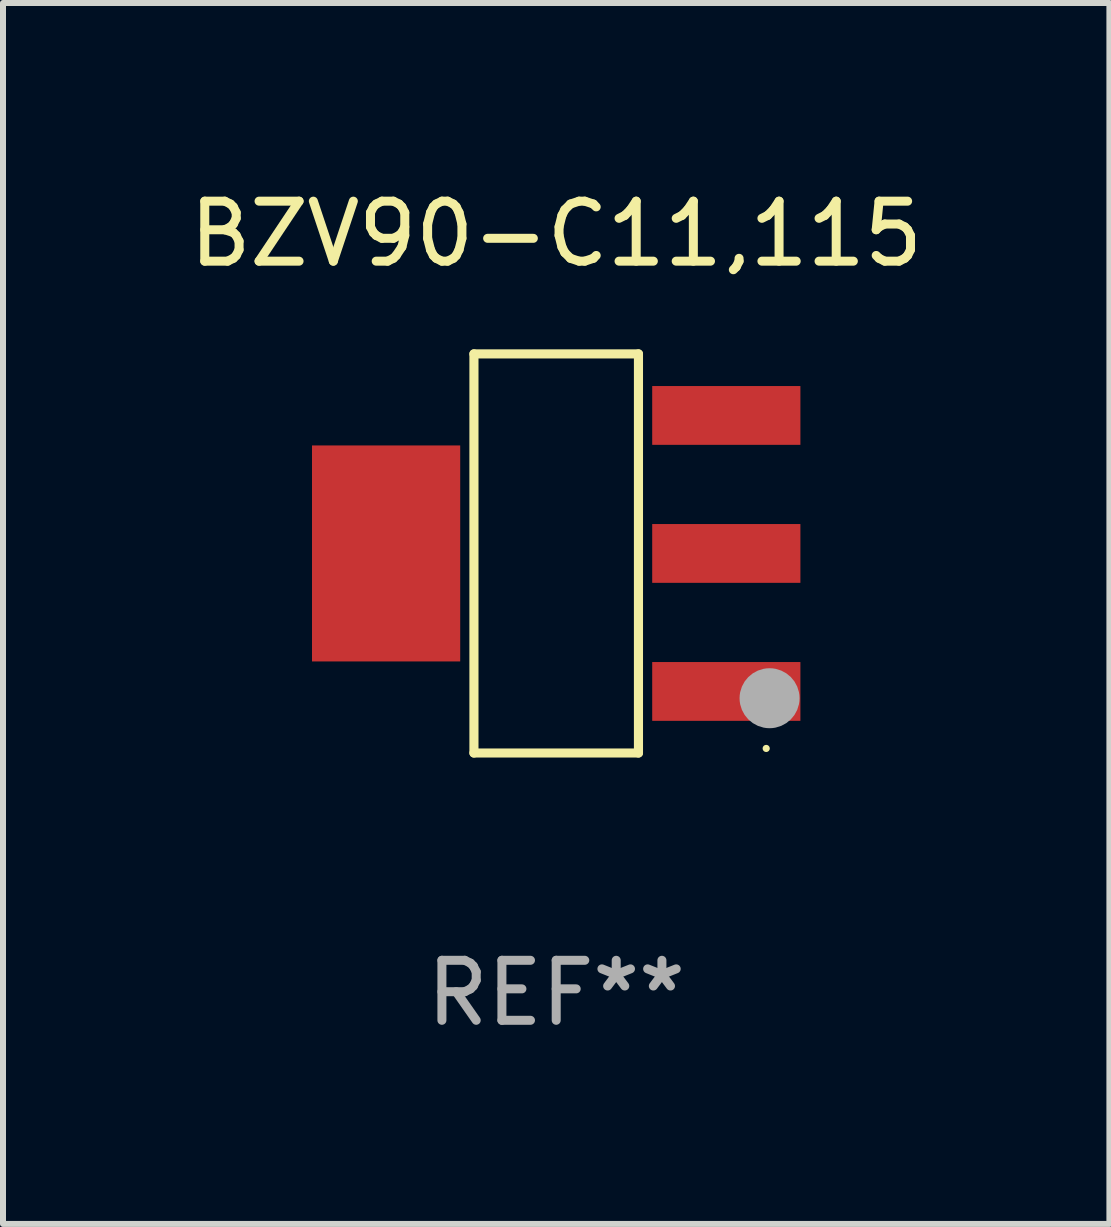
<source format=kicad_pcb>
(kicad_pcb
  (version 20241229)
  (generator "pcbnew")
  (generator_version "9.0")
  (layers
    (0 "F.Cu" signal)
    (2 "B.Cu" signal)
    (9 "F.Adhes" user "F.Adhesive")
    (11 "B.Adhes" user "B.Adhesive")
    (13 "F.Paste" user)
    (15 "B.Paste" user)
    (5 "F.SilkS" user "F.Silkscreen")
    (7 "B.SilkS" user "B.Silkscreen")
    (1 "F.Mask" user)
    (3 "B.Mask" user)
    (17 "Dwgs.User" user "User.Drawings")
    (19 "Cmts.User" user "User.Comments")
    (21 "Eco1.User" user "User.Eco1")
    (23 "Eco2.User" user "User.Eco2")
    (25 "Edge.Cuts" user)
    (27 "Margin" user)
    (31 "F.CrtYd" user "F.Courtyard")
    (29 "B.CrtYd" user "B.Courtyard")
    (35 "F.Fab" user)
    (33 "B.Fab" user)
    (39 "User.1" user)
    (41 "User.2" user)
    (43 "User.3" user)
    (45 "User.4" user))
  (footprint "BZV90-C11,115"
    (layer "F.Cu")
    (at 6.22 6.174)
    (property "Reference" "BZV90-C11,115" (at 0 -5.326 0) (layer "F.SilkS") (effects (font (size 1 1) (thickness 0.15))))
    (attr through_hole)
    (fp_line (start -1.371 -3.326) (end 1.371 -3.326) (stroke (width 0.152) (type solid)) (layer "F.SilkS"))
    (fp_line (start -1.371 3.326) (end -1.371 -3.326) (stroke (width 0.152) (type solid)) (layer "F.SilkS"))
    (fp_line (start 1.371 -3.326) (end 1.371 3.326) (stroke (width 0.152) (type solid)) (layer "F.SilkS"))
    (fp_line (start 1.371 3.326) (end -1.371 3.326) (stroke (width 0.152) (type solid)) (layer "F.SilkS"))
    (fp_circle (center 3.5 3.25) (end 3.53 3.25) (stroke (width 0.06) (type solid)) (fill no) (layer "F.SilkS"))
    (fp_circle (center 3.556 2.413) (end 3.806 2.413) (stroke (width 0.5) (type solid)) (fill no) (layer "F.Fab"))
    (fp_text user "REF**" (at 0 7.326 0) (layer "F.Fab") (effects (font (size 1 1) (thickness 0.15))))
    (pad "1" smd rect (at 2.835 2.3) (size 2.47 0.98) (layers "F.Cu" "F.Mask" "F.Paste"))
    (pad "2" smd rect (at 2.835 0) (size 2.47 0.98) (layers "F.Cu" "F.Mask" "F.Paste"))
    (pad "3" smd rect (at 2.835 -2.3) (size 2.47 0.98) (layers "F.Cu" "F.Mask" "F.Paste"))
    (pad "4" smd rect (at -2.835 0) (size 2.47 3.6) (layers "F.Cu" "F.Mask" "F.Paste")))
  (gr_rect
    (start -3 -3)
    (end 15.44 17.349)
    (stroke (width 0.1) (type default))
    (fill no)
    (layer "Edge.Cuts")))
</source>
